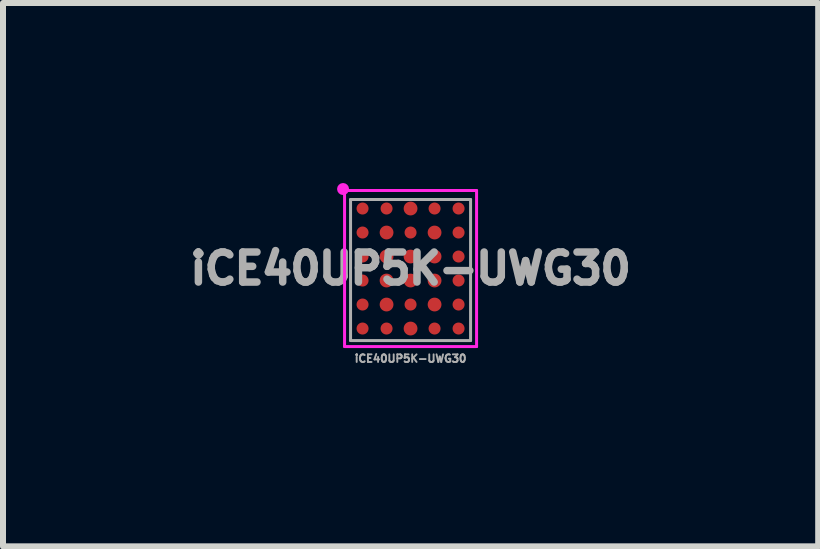
<source format=kicad_pcb>
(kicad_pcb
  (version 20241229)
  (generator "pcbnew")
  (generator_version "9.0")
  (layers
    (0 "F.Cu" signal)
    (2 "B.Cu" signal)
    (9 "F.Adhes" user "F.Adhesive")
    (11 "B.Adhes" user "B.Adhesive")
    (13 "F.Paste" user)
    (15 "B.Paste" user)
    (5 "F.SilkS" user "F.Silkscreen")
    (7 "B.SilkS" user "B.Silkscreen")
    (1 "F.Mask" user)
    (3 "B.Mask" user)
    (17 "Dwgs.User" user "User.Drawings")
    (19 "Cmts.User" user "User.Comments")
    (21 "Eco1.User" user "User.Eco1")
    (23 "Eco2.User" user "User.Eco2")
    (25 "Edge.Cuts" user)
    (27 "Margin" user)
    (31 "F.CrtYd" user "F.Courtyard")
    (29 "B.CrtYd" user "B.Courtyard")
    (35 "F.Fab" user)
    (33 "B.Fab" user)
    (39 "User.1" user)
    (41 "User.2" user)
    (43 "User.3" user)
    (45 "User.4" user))
  (footprint "iCE40UP5K-UWG30"
    (layer "F.Cu")
    (at 3.792 1.425)
    (property "Reference" "iCE40UP5K-UWG30" (at 0 1.5 0) (layer "F.Fab") (effects (font (size 0.127 0.127) (thickness 0.032))))
    (attr smd)
    (fp_line (start -1.1 -1.3) (end -1.1 1.3) (stroke (width 0.05) (type solid)) (layer "F.CrtYd"))
    (fp_line (start -1.1 1.3) (end 1.1 1.3) (stroke (width 0.05) (type solid)) (layer "F.CrtYd"))
    (fp_line (start 1.1 -1.3) (end -1.1 -1.3) (stroke (width 0.05) (type solid)) (layer "F.CrtYd"))
    (fp_line (start 1.1 1.3) (end 1.1 -1.3) (stroke (width 0.05) (type solid)) (layer "F.CrtYd"))
    (fp_circle (center -1.125 -1.325) (end -1.075 -1.325) (stroke (width 0.1) (type solid)) (fill no) (layer "F.CrtYd"))
    (fp_line (start -1 -1.15) (end 1 -1.15) (stroke (width 0.05) (type solid)) (layer "F.Fab"))
    (fp_line (start -1 1.2) (end -1 -1.15) (stroke (width 0.05) (type solid)) (layer "F.Fab"))
    (fp_line (start 1 -1.15) (end 1 1.2) (stroke (width 0.05) (type solid)) (layer "F.Fab"))
    (fp_line (start 1 1.2) (end -1 1.2) (stroke (width 0.05) (type solid)) (layer "F.Fab"))
    (fp_text user "${REFERENCE}" (at 0 0 0) (layer "F.Fab") (effects (font (size 0.5 0.5) (thickness 0.125))))
    (pad "A1" smd circle (at -0.8 -1) (size 0.2 0.2) (layers "F.Cu" "F.Mask" "F.Paste"))
    (pad "A2" smd circle (at -0.4 -1) (size 0.2 0.2) (layers "F.Cu" "F.Mask" "F.Paste"))
    (pad "A3" smd circle (at 0 -1) (size 0.23 0.23) (layers "F.Cu" "F.Mask" "F.Paste"))
    (pad "A4" smd circle (at 0.4 -1) (size 0.2 0.2) (layers "F.Cu" "F.Mask" "F.Paste"))
    (pad "A5" smd circle (at 0.8 -1) (size 0.2 0.2) (layers "F.Cu" "F.Mask" "F.Paste"))
    (pad "B1" smd circle (at -0.8 -0.6) (size 0.2 0.2) (layers "F.Cu" "F.Mask" "F.Paste"))
    (pad "B2" smd circle (at -0.4 -0.6) (size 0.23 0.23) (layers "F.Cu" "F.Mask" "F.Paste"))
    (pad "B3" smd circle (at 0 -0.6) (size 0.2 0.2) (layers "F.Cu" "F.Mask" "F.Paste"))
    (pad "B4" smd circle (at 0.4 -0.6) (size 0.23 0.23) (layers "F.Cu" "F.Mask" "F.Paste"))
    (pad "B5" smd circle (at 0.8 -0.6) (size 0.2 0.2) (layers "F.Cu" "F.Mask" "F.Paste"))
    (pad "C1" smd circle (at -0.8 -0.2) (size 0.2 0.2) (layers "F.Cu" "F.Mask" "F.Paste"))
    (pad "C2" smd circle (at -0.4 -0.2) (size 0.23 0.23) (layers "F.Cu" "F.Mask" "F.Paste"))
    (pad "C3" smd circle (at 0 -0.2) (size 0.23 0.23) (layers "F.Cu" "F.Mask" "F.Paste"))
    (pad "C4" smd circle (at 0.4 -0.2) (size 0.23 0.23) (layers "F.Cu" "F.Mask" "F.Paste"))
    (pad "C5" smd circle (at 0.8 -0.2) (size 0.2 0.2) (layers "F.Cu" "F.Mask" "F.Paste"))
    (pad "D1" smd circle (at -0.8 0.2) (size 0.2 0.2) (layers "F.Cu" "F.Mask" "F.Paste"))
    (pad "D2" smd circle (at -0.4 0.2) (size 0.23 0.23) (layers "F.Cu" "F.Mask" "F.Paste"))
    (pad "D3" smd circle (at 0 0.2) (size 0.23 0.23) (layers "F.Cu" "F.Mask" "F.Paste"))
    (pad "D4" smd circle (at 0.4 0.2) (size 0.23 0.23) (layers "F.Cu" "F.Mask" "F.Paste"))
    (pad "D5" smd circle (at 0.8 0.2) (size 0.2 0.2) (layers "F.Cu" "F.Mask" "F.Paste"))
    (pad "E1" smd circle (at -0.8 0.6) (size 0.2 0.2) (layers "F.Cu" "F.Mask" "F.Paste"))
    (pad "E2" smd circle (at -0.4 0.6) (size 0.23 0.23) (layers "F.Cu" "F.Mask" "F.Paste"))
    (pad "E3" smd circle (at 0 0.6) (size 0.2 0.2) (layers "F.Cu" "F.Mask" "F.Paste"))
    (pad "E4" smd circle (at 0.4 0.6) (size 0.23 0.23) (layers "F.Cu" "F.Mask" "F.Paste"))
    (pad "E5" smd circle (at 0.8 0.6) (size 0.2 0.2) (layers "F.Cu" "F.Mask" "F.Paste"))
    (pad "F1" smd circle (at -0.8 1) (size 0.2 0.2) (layers "F.Cu" "F.Mask" "F.Paste"))
    (pad "F2" smd circle (at -0.4 1) (size 0.2 0.2) (layers "F.Cu" "F.Mask" "F.Paste"))
    (pad "F3" smd circle (at 0 1) (size 0.23 0.23) (layers "F.Cu" "F.Mask" "F.Paste"))
    (pad "F4" smd circle (at 0.4 1) (size 0.2 0.2) (layers "F.Cu" "F.Mask" "F.Paste"))
    (pad "F5" smd circle (at 0.8 1) (size 0.2 0.2) (layers "F.Cu" "F.Mask" "F.Paste")))
  (gr_rect
    (start -3 -3)
    (end 10.585 6.055)
    (stroke (width 0.1) (type default))
    (fill no)
    (layer "Edge.Cuts")))
</source>
